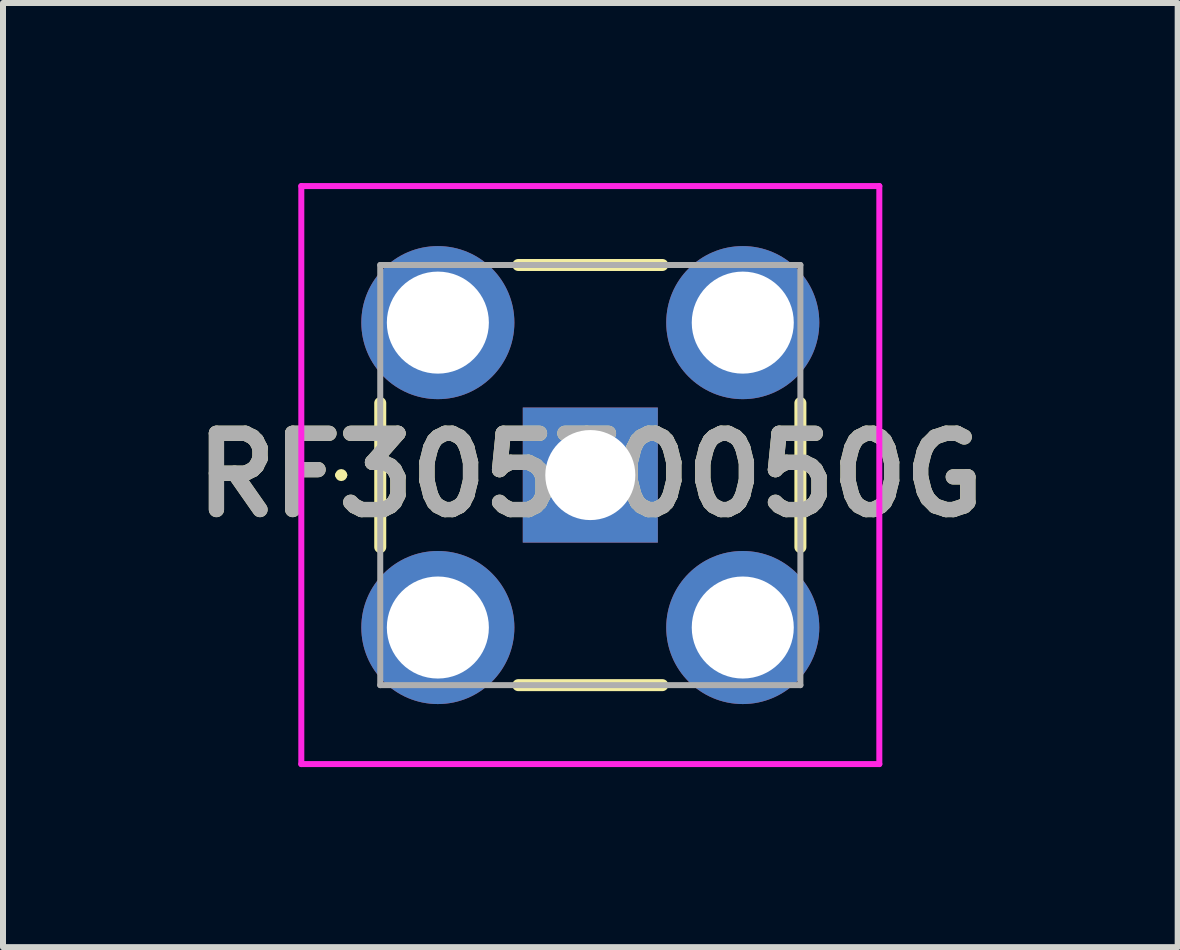
<source format=kicad_pcb>
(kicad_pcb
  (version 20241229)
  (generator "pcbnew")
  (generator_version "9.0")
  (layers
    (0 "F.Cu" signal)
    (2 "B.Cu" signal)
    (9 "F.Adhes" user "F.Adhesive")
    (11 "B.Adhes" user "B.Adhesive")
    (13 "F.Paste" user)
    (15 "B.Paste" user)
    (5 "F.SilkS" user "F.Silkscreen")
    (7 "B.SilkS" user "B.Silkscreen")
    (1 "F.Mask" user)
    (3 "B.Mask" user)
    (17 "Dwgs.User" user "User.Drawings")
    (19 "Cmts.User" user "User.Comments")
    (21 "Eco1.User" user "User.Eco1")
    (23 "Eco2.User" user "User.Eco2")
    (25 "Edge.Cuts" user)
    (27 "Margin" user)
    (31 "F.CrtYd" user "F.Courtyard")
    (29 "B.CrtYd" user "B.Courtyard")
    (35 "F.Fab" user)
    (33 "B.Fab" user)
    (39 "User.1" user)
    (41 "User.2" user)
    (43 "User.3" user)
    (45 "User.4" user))
  (footprint "RF305T0050G"
    (layer "F.Cu")
    (at 6.785 4.865)
    (property "Reference" "RF305T0050G" (at 0 0 0) (layer "F.SilkS") (effects (font (size 1.27 1.27) (thickness 0.254))))
    (attr through_hole)
    (fp_line (start -4.2 0) (end -4.2 0) (stroke (width 0.1) (type solid)) (layer "F.SilkS"))
    (fp_line (start -4.1 0) (end -4.1 0) (stroke (width 0.1) (type solid)) (layer "F.SilkS"))
    (fp_line (start -3.5 -1.2) (end -3.5 1.2) (stroke (width 0.2) (type solid)) (layer "F.SilkS"))
    (fp_line (start -1.2 -3.5) (end 1.2 -3.5) (stroke (width 0.2) (type solid)) (layer "F.SilkS"))
    (fp_line (start -1.2 3.5) (end 1.2 3.5) (stroke (width 0.2) (type solid)) (layer "F.SilkS"))
    (fp_line (start 3.5 -1.2) (end 3.5 1.2) (stroke (width 0.2) (type solid)) (layer "F.SilkS"))
    (fp_arc (start -4.2 0) (mid -4.15 -0.05) (end -4.1 0) (stroke (width 0.1) (type solid)) (layer "F.SilkS"))
    (fp_arc (start -4.1 0) (mid -4.15 0.05) (end -4.2 0) (stroke (width 0.1) (type solid)) (layer "F.SilkS"))
    (fp_line (start -4.815 -4.815) (end 4.815 -4.815) (stroke (width 0.1) (type solid)) (layer "F.CrtYd"))
    (fp_line (start -4.815 4.815) (end -4.815 -4.815) (stroke (width 0.1) (type solid)) (layer "F.CrtYd"))
    (fp_line (start 4.815 -4.815) (end 4.815 4.815) (stroke (width 0.1) (type solid)) (layer "F.CrtYd"))
    (fp_line (start 4.815 4.815) (end -4.815 4.815) (stroke (width 0.1) (type solid)) (layer "F.CrtYd"))
    (fp_line (start -3.5 -3.5) (end 3.5 -3.5) (stroke (width 0.1) (type solid)) (layer "F.Fab"))
    (fp_line (start -3.5 3.5) (end -3.5 -3.5) (stroke (width 0.1) (type solid)) (layer "F.Fab"))
    (fp_line (start 3.5 -3.5) (end 3.5 3.5) (stroke (width 0.1) (type solid)) (layer "F.Fab"))
    (fp_line (start 3.5 3.5) (end -3.5 3.5) (stroke (width 0.1) (type solid)) (layer "F.Fab"))
    (fp_text user "${REFERENCE}" (at 0 0 0) (layer "F.Fab") (effects (font (size 1.27 1.27) (thickness 0.254))))
    (pad "1" thru_hole rect (at 0 0) (size 2.25 2.25) (drill 1.5) (layers "*.Cu" "*.Mask"))
    (pad "2" thru_hole circle (at -2.54 2.54) (size 2.55 2.55) (drill 1.7) (layers "*.Cu" "*.Mask"))
    (pad "3" thru_hole circle (at 2.54 2.54) (size 2.55 2.55) (drill 1.7) (layers "*.Cu" "*.Mask"))
    (pad "4" thru_hole circle (at 2.54 -2.54) (size 2.55 2.55) (drill 1.7) (layers "*.Cu" "*.Mask"))
    (pad "5" thru_hole circle (at -2.54 -2.54) (size 2.55 2.55) (drill 1.7) (layers "*.Cu" "*.Mask")))
  (gr_rect
    (start -3 -3)
    (end 16.571 12.73)
    (stroke (width 0.1) (type default))
    (fill no)
    (layer "Edge.Cuts")))
</source>
